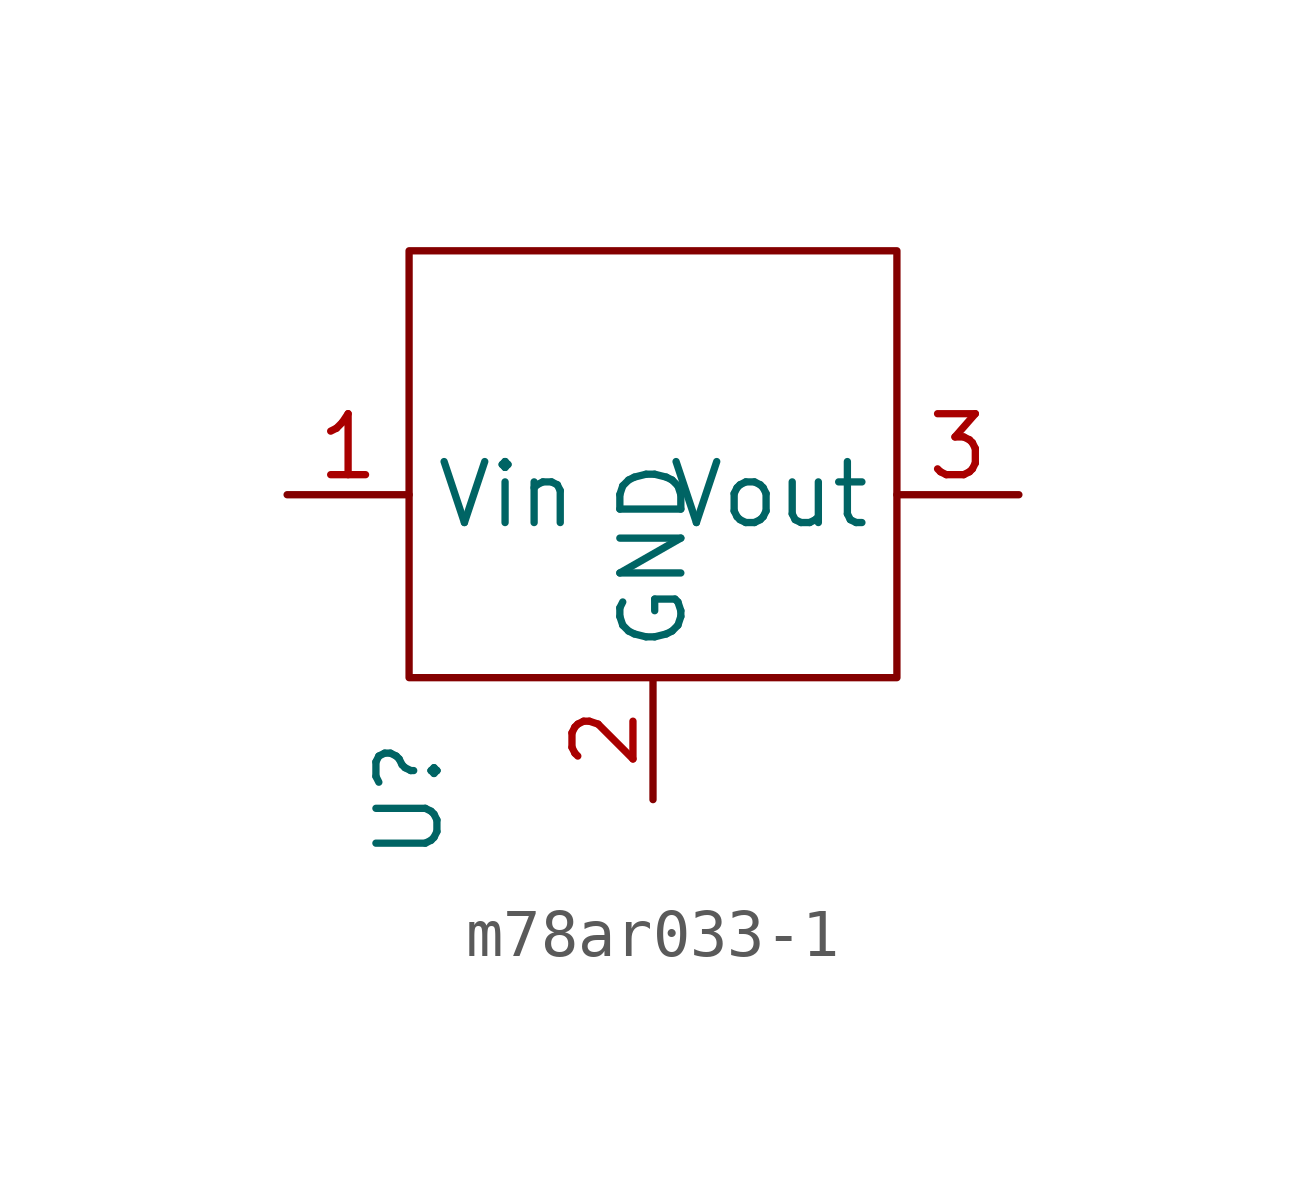
<source format=kicad_sym>
(kicad_symbol_lib
  (version 20231120)
  (generator "kicad_symbol_editor")
  (generator_version "8.0")
  (symbol "m78ar033-1"
    (property "Reference" "U"
      (at -5.08 0 90)
      (effects (font (size 1.27 1.27))))
    (property "Value" ""
      (at -5.08 0 90)
      (effects (font (size 1.27 1.27))))
    (symbol "m78ar033-1_0_1"
      (rectangle (start -5.08 2.54) (end 5.08 11.43) (stroke (width 0) (type default)) (fill (type none))))
    (symbol "m78ar033-1_1_1"
      (pin input line (at -7.62 6.35 0) (length 2.54) (name "Vin" (effects (font (size 1.27 1.27)))) (number "1" (effects (font (size 1.27 1.27)))))
      (pin bidirectional line (at 0 0 90) (length 2.54) (name "GND" (effects (font (size 1.27 1.27)))) (number "2" (effects (font (size 1.27 1.27)))))
      (pin output line (at 7.62 6.35 180) (length 2.54) (name "Vout" (effects (font (size 1.27 1.27)))) (number "3" (effects (font (size 1.27 1.27))))))))
</source>
